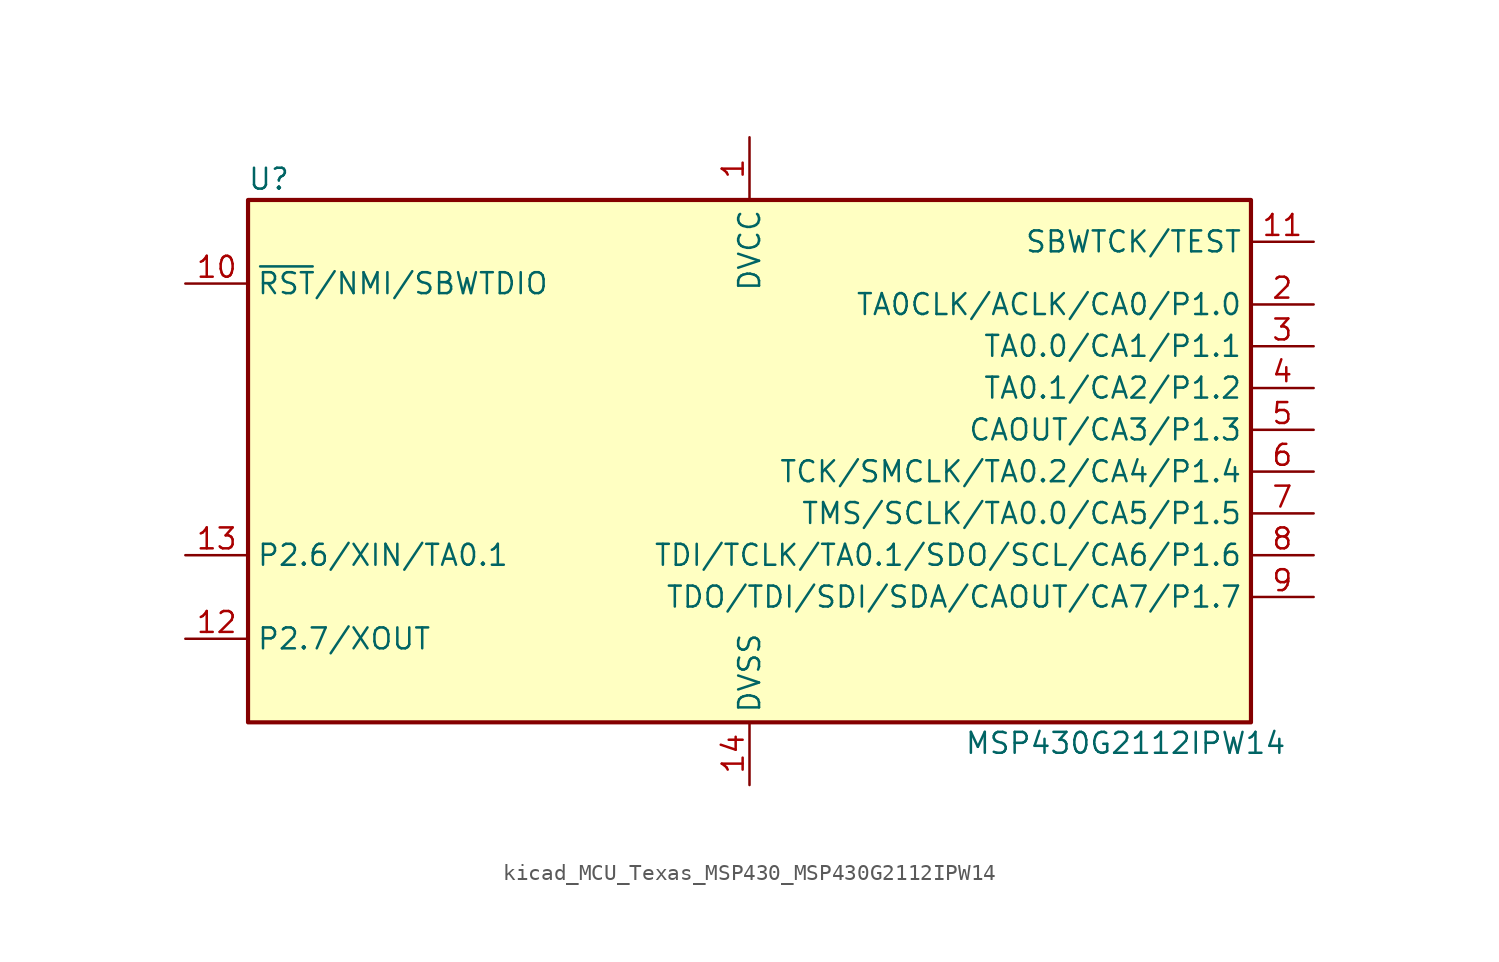
<source format=kicad_sym>
(kicad_symbol_lib
  (version 20220914)
  (generator kicad_symbol_editor)
  (symbol "kicad_MCU_Texas_MSP430_MSP430G2112IPW14"
    (property "Reference" "U"
      (at -29.21 17.78 0)
      (effects (font (size 1.27 1.27))))
    (property "Value" "MSP430G2112IPW14"
      (at 22.86 -16.51 0)
      (effects (font (size 1.27 1.27))))
    (symbol "kicad_MCU_Texas_MSP430_MSP430G2112IPW14_0_1"
      (rectangle (start -30.48 16.51) (end 30.48 -15.24) (stroke (width 0.254) (type default)) (fill (type background))))
    (symbol "kicad_MCU_Texas_MSP430_MSP430G2112IPW14_1_1"
      (pin power_in line (at 0 20.32 270) (length 3.81) (name "DVCC" (effects (font (size 1.27 1.27)))) (number "1" (effects (font (size 1.27 1.27)))))
      (pin input line (at -34.29 11.43 0) (length 3.81) (name "~{RST}/NMI/SBWTDIO" (effects (font (size 1.27 1.27)))) (number "10" (effects (font (size 1.27 1.27)))))
      (pin input line (at 34.29 13.97 180) (length 3.81) (name "SBWTCK/TEST" (effects (font (size 1.27 1.27)))) (number "11" (effects (font (size 1.27 1.27)))))
      (pin bidirectional line (at -34.29 -10.16 0) (length 3.81) (name "P2.7/XOUT" (effects (font (size 1.27 1.27)))) (number "12" (effects (font (size 1.27 1.27)))))
      (pin bidirectional line (at -34.29 -5.08 0) (length 3.81) (name "P2.6/XIN/TA0.1" (effects (font (size 1.27 1.27)))) (number "13" (effects (font (size 1.27 1.27)))))
      (pin power_in line (at 0 -19.05 90) (length 3.81) (name "DVSS" (effects (font (size 1.27 1.27)))) (number "14" (effects (font (size 1.27 1.27)))))
      (pin bidirectional line (at 34.29 10.16 180) (length 3.81) (name "TA0CLK/ACLK/CA0/P1.0" (effects (font (size 1.27 1.27)))) (number "2" (effects (font (size 1.27 1.27)))))
      (pin bidirectional line (at 34.29 7.62 180) (length 3.81) (name "TA0.0/CA1/P1.1" (effects (font (size 1.27 1.27)))) (number "3" (effects (font (size 1.27 1.27)))))
      (pin bidirectional line (at 34.29 5.08 180) (length 3.81) (name "TA0.1/CA2/P1.2" (effects (font (size 1.27 1.27)))) (number "4" (effects (font (size 1.27 1.27)))))
      (pin bidirectional line (at 34.29 2.54 180) (length 3.81) (name "CAOUT/CA3/P1.3" (effects (font (size 1.27 1.27)))) (number "5" (effects (font (size 1.27 1.27)))))
      (pin bidirectional line (at 34.29 0 180) (length 3.81) (name "TCK/SMCLK/TA0.2/CA4/P1.4" (effects (font (size 1.27 1.27)))) (number "6" (effects (font (size 1.27 1.27)))))
      (pin bidirectional line (at 34.29 -2.54 180) (length 3.81) (name "TMS/SCLK/TA0.0/CA5/P1.5" (effects (font (size 1.27 1.27)))) (number "7" (effects (font (size 1.27 1.27)))))
      (pin bidirectional line (at 34.29 -5.08 180) (length 3.81) (name "TDI/TCLK/TA0.1/SDO/SCL/CA6/P1.6" (effects (font (size 1.27 1.27)))) (number "8" (effects (font (size 1.27 1.27)))))
      (pin bidirectional line (at 34.29 -7.62 180) (length 3.81) (name "TDO/TDI/SDI/SDA/CAOUT/CA7/P1.7" (effects (font (size 1.27 1.27)))) (number "9" (effects (font (size 1.27 1.27))))))))
</source>
